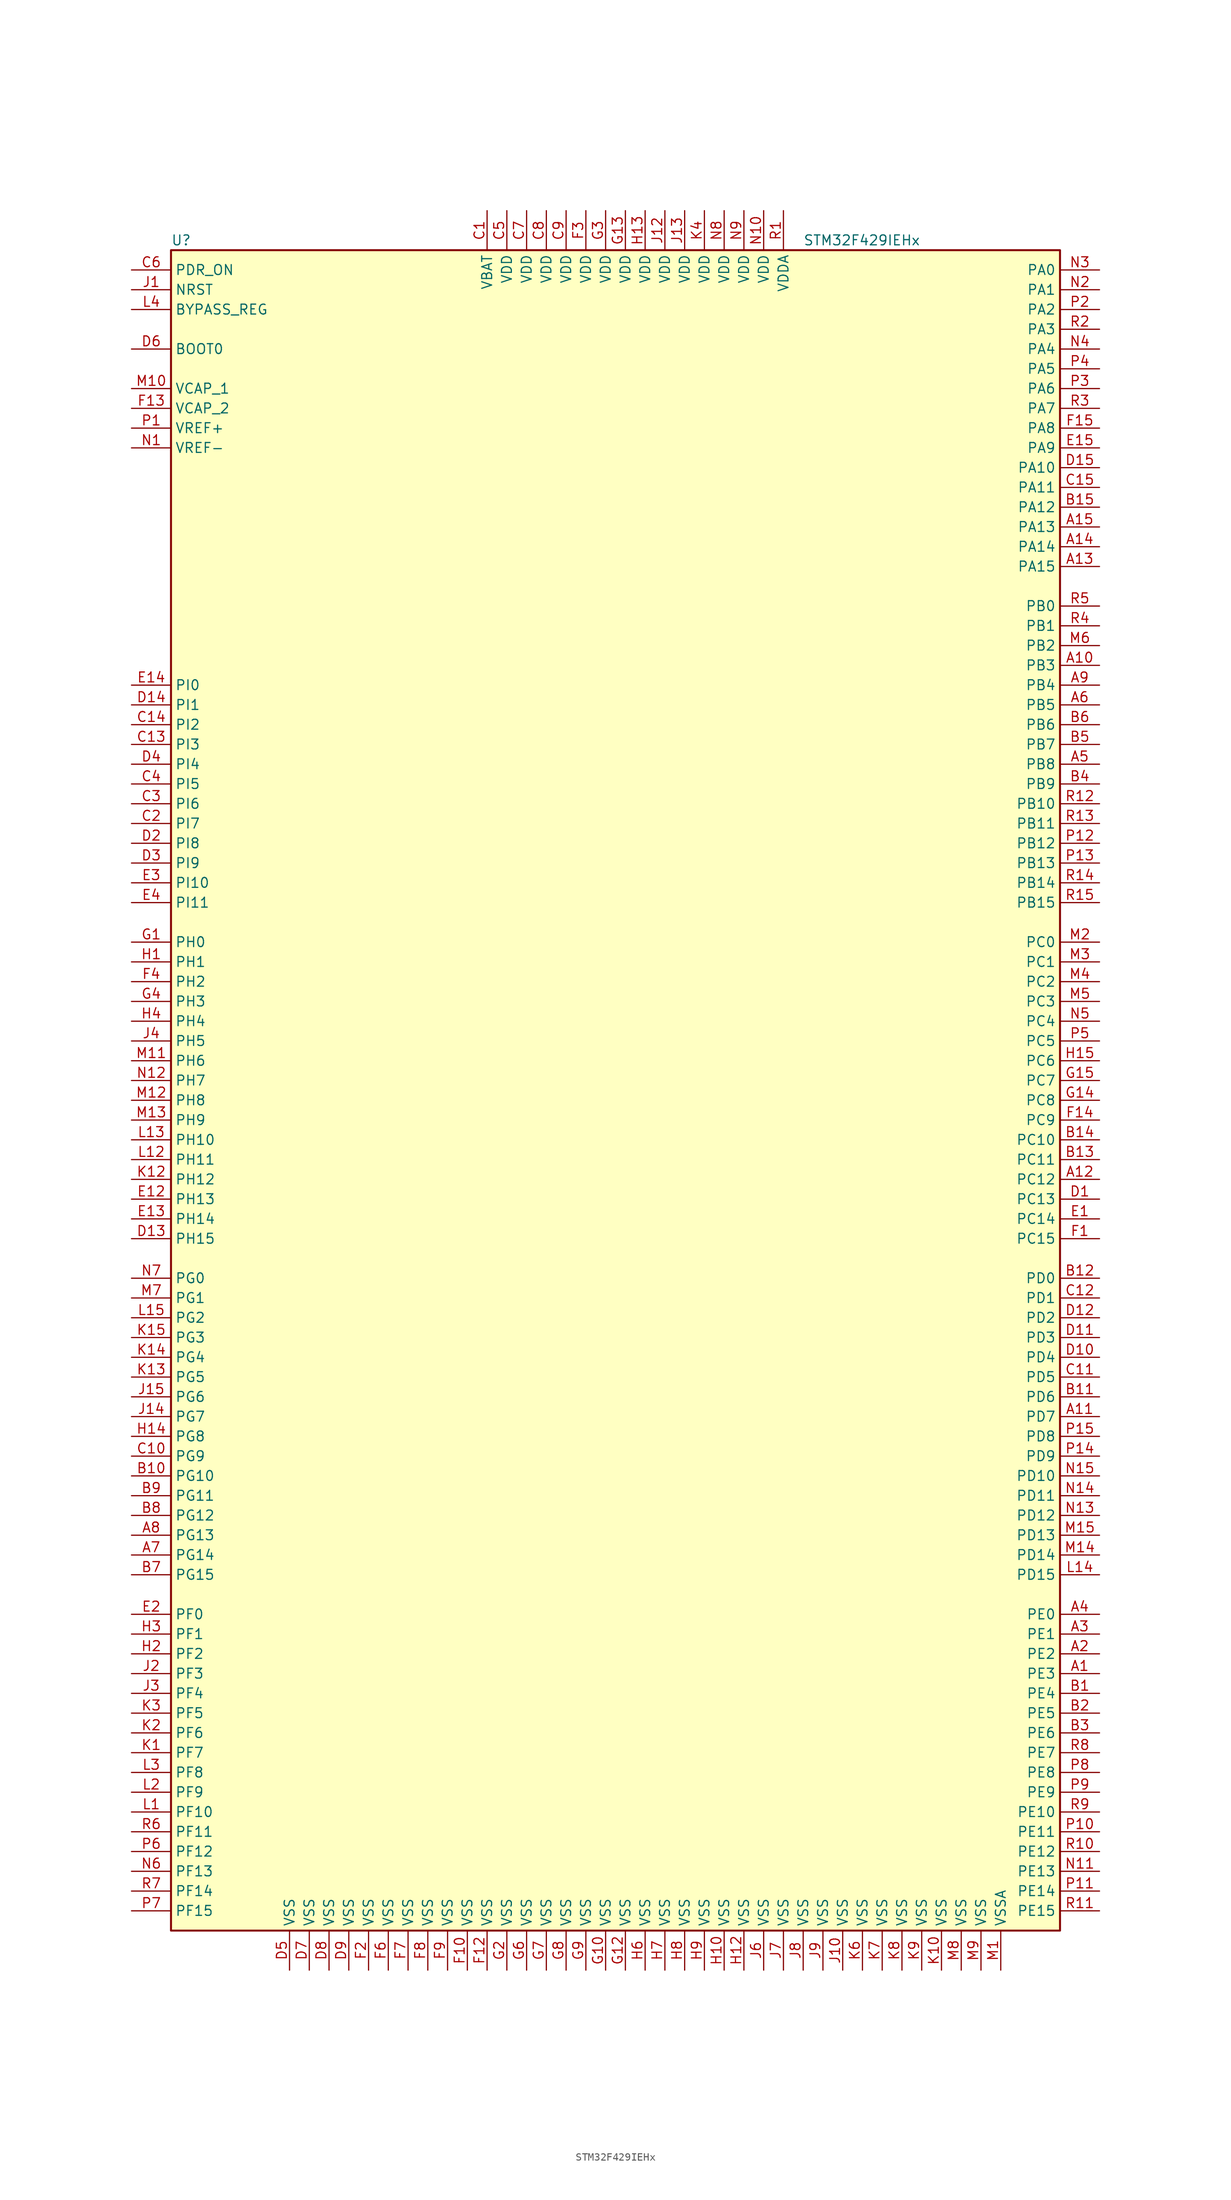
<source format=kicad_sym>
(kicad_symbol_lib
  (version 20201005)
  (generator kicad_symbol_editor)
  (symbol "STM32F429IEHx"
    (property "Reference" "U"
      (at -58.42 107.95 0)
      (effects (font (size 1.27 1.27)) (justify left)))
    (property "Value" "STM32F429IEHx"
      (at 22.86 107.95 0)
      (effects (font (size 1.27 1.27)) (justify left)))
    (symbol "STM32F429IEHx_0_1"
      (rectangle (start -58.42 -109.22) (end 55.88 106.68) (stroke (width 0.254)) (fill (type background))))
    (symbol "STM32F429IEHx_1_1"
      (pin input line (at -63.5 93.98 0) (length 5.08) (name "BOOT0" (effects (font (size 1.27 1.27)))) (number "D6" (effects (font (size 1.27 1.27)))))
      (pin input line (at -63.5 99.06 0) (length 5.08) (name "BYPASS_REG" (effects (font (size 1.27 1.27)))) (number "L4" (effects (font (size 1.27 1.27)))))
      (pin input line (at -63.5 101.6 0) (length 5.08) (name "NRST" (effects (font (size 1.27 1.27)))) (number "J1" (effects (font (size 1.27 1.27)))))
      (pin bidirectional line (at 60.96 104.14 180) (length 5.08) (name "PA0" (effects (font (size 1.27 1.27)))) (number "N3" (effects (font (size 1.27 1.27)))))
      (pin bidirectional line (at 60.96 101.6 180) (length 5.08) (name "PA1" (effects (font (size 1.27 1.27)))) (number "N2" (effects (font (size 1.27 1.27)))))
      (pin bidirectional line (at 60.96 78.74 180) (length 5.08) (name "PA10" (effects (font (size 1.27 1.27)))) (number "D15" (effects (font (size 1.27 1.27)))))
      (pin bidirectional line (at 60.96 76.2 180) (length 5.08) (name "PA11" (effects (font (size 1.27 1.27)))) (number "C15" (effects (font (size 1.27 1.27)))))
      (pin bidirectional line (at 60.96 73.66 180) (length 5.08) (name "PA12" (effects (font (size 1.27 1.27)))) (number "B15" (effects (font (size 1.27 1.27)))))
      (pin bidirectional line (at 60.96 71.12 180) (length 5.08) (name "PA13" (effects (font (size 1.27 1.27)))) (number "A15" (effects (font (size 1.27 1.27)))))
      (pin bidirectional line (at 60.96 68.58 180) (length 5.08) (name "PA14" (effects (font (size 1.27 1.27)))) (number "A14" (effects (font (size 1.27 1.27)))))
      (pin bidirectional line (at 60.96 66.04 180) (length 5.08) (name "PA15" (effects (font (size 1.27 1.27)))) (number "A13" (effects (font (size 1.27 1.27)))))
      (pin bidirectional line (at 60.96 99.06 180) (length 5.08) (name "PA2" (effects (font (size 1.27 1.27)))) (number "P2" (effects (font (size 1.27 1.27)))))
      (pin bidirectional line (at 60.96 96.52 180) (length 5.08) (name "PA3" (effects (font (size 1.27 1.27)))) (number "R2" (effects (font (size 1.27 1.27)))))
      (pin bidirectional line (at 60.96 93.98 180) (length 5.08) (name "PA4" (effects (font (size 1.27 1.27)))) (number "N4" (effects (font (size 1.27 1.27)))))
      (pin bidirectional line (at 60.96 91.44 180) (length 5.08) (name "PA5" (effects (font (size 1.27 1.27)))) (number "P4" (effects (font (size 1.27 1.27)))))
      (pin bidirectional line (at 60.96 88.9 180) (length 5.08) (name "PA6" (effects (font (size 1.27 1.27)))) (number "P3" (effects (font (size 1.27 1.27)))))
      (pin bidirectional line (at 60.96 86.36 180) (length 5.08) (name "PA7" (effects (font (size 1.27 1.27)))) (number "R3" (effects (font (size 1.27 1.27)))))
      (pin bidirectional line (at 60.96 83.82 180) (length 5.08) (name "PA8" (effects (font (size 1.27 1.27)))) (number "F15" (effects (font (size 1.27 1.27)))))
      (pin bidirectional line (at 60.96 81.28 180) (length 5.08) (name "PA9" (effects (font (size 1.27 1.27)))) (number "E15" (effects (font (size 1.27 1.27)))))
      (pin bidirectional line (at 60.96 60.96 180) (length 5.08) (name "PB0" (effects (font (size 1.27 1.27)))) (number "R5" (effects (font (size 1.27 1.27)))))
      (pin bidirectional line (at 60.96 58.42 180) (length 5.08) (name "PB1" (effects (font (size 1.27 1.27)))) (number "R4" (effects (font (size 1.27 1.27)))))
      (pin bidirectional line (at 60.96 35.56 180) (length 5.08) (name "PB10" (effects (font (size 1.27 1.27)))) (number "R12" (effects (font (size 1.27 1.27)))))
      (pin bidirectional line (at 60.96 33.02 180) (length 5.08) (name "PB11" (effects (font (size 1.27 1.27)))) (number "R13" (effects (font (size 1.27 1.27)))))
      (pin bidirectional line (at 60.96 30.48 180) (length 5.08) (name "PB12" (effects (font (size 1.27 1.27)))) (number "P12" (effects (font (size 1.27 1.27)))))
      (pin bidirectional line (at 60.96 27.94 180) (length 5.08) (name "PB13" (effects (font (size 1.27 1.27)))) (number "P13" (effects (font (size 1.27 1.27)))))
      (pin bidirectional line (at 60.96 25.4 180) (length 5.08) (name "PB14" (effects (font (size 1.27 1.27)))) (number "R14" (effects (font (size 1.27 1.27)))))
      (pin bidirectional line (at 60.96 22.86 180) (length 5.08) (name "PB15" (effects (font (size 1.27 1.27)))) (number "R15" (effects (font (size 1.27 1.27)))))
      (pin bidirectional line (at 60.96 55.88 180) (length 5.08) (name "PB2" (effects (font (size 1.27 1.27)))) (number "M6" (effects (font (size 1.27 1.27)))))
      (pin bidirectional line (at 60.96 53.34 180) (length 5.08) (name "PB3" (effects (font (size 1.27 1.27)))) (number "A10" (effects (font (size 1.27 1.27)))))
      (pin bidirectional line (at 60.96 50.8 180) (length 5.08) (name "PB4" (effects (font (size 1.27 1.27)))) (number "A9" (effects (font (size 1.27 1.27)))))
      (pin bidirectional line (at 60.96 48.26 180) (length 5.08) (name "PB5" (effects (font (size 1.27 1.27)))) (number "A6" (effects (font (size 1.27 1.27)))))
      (pin bidirectional line (at 60.96 45.72 180) (length 5.08) (name "PB6" (effects (font (size 1.27 1.27)))) (number "B6" (effects (font (size 1.27 1.27)))))
      (pin bidirectional line (at 60.96 43.18 180) (length 5.08) (name "PB7" (effects (font (size 1.27 1.27)))) (number "B5" (effects (font (size 1.27 1.27)))))
      (pin bidirectional line (at 60.96 40.64 180) (length 5.08) (name "PB8" (effects (font (size 1.27 1.27)))) (number "A5" (effects (font (size 1.27 1.27)))))
      (pin bidirectional line (at 60.96 38.1 180) (length 5.08) (name "PB9" (effects (font (size 1.27 1.27)))) (number "B4" (effects (font (size 1.27 1.27)))))
      (pin bidirectional line (at 60.96 17.78 180) (length 5.08) (name "PC0" (effects (font (size 1.27 1.27)))) (number "M2" (effects (font (size 1.27 1.27)))))
      (pin bidirectional line (at 60.96 15.24 180) (length 5.08) (name "PC1" (effects (font (size 1.27 1.27)))) (number "M3" (effects (font (size 1.27 1.27)))))
      (pin bidirectional line (at 60.96 -7.62 180) (length 5.08) (name "PC10" (effects (font (size 1.27 1.27)))) (number "B14" (effects (font (size 1.27 1.27)))))
      (pin bidirectional line (at 60.96 -10.16 180) (length 5.08) (name "PC11" (effects (font (size 1.27 1.27)))) (number "B13" (effects (font (size 1.27 1.27)))))
      (pin bidirectional line (at 60.96 -12.7 180) (length 5.08) (name "PC12" (effects (font (size 1.27 1.27)))) (number "A12" (effects (font (size 1.27 1.27)))))
      (pin bidirectional line (at 60.96 -15.24 180) (length 5.08) (name "PC13" (effects (font (size 1.27 1.27)))) (number "D1" (effects (font (size 1.27 1.27)))))
      (pin bidirectional line (at 60.96 -17.78 180) (length 5.08) (name "PC14" (effects (font (size 1.27 1.27)))) (number "E1" (effects (font (size 1.27 1.27)))))
      (pin bidirectional line (at 60.96 -20.32 180) (length 5.08) (name "PC15" (effects (font (size 1.27 1.27)))) (number "F1" (effects (font (size 1.27 1.27)))))
      (pin bidirectional line (at 60.96 12.7 180) (length 5.08) (name "PC2" (effects (font (size 1.27 1.27)))) (number "M4" (effects (font (size 1.27 1.27)))))
      (pin bidirectional line (at 60.96 10.16 180) (length 5.08) (name "PC3" (effects (font (size 1.27 1.27)))) (number "M5" (effects (font (size 1.27 1.27)))))
      (pin bidirectional line (at 60.96 7.62 180) (length 5.08) (name "PC4" (effects (font (size 1.27 1.27)))) (number "N5" (effects (font (size 1.27 1.27)))))
      (pin bidirectional line (at 60.96 5.08 180) (length 5.08) (name "PC5" (effects (font (size 1.27 1.27)))) (number "P5" (effects (font (size 1.27 1.27)))))
      (pin bidirectional line (at 60.96 2.54 180) (length 5.08) (name "PC6" (effects (font (size 1.27 1.27)))) (number "H15" (effects (font (size 1.27 1.27)))))
      (pin bidirectional line (at 60.96 0 180) (length 5.08) (name "PC7" (effects (font (size 1.27 1.27)))) (number "G15" (effects (font (size 1.27 1.27)))))
      (pin bidirectional line (at 60.96 -2.54 180) (length 5.08) (name "PC8" (effects (font (size 1.27 1.27)))) (number "G14" (effects (font (size 1.27 1.27)))))
      (pin bidirectional line (at 60.96 -5.08 180) (length 5.08) (name "PC9" (effects (font (size 1.27 1.27)))) (number "F14" (effects (font (size 1.27 1.27)))))
      (pin bidirectional line (at 60.96 -25.4 180) (length 5.08) (name "PD0" (effects (font (size 1.27 1.27)))) (number "B12" (effects (font (size 1.27 1.27)))))
      (pin bidirectional line (at 60.96 -27.94 180) (length 5.08) (name "PD1" (effects (font (size 1.27 1.27)))) (number "C12" (effects (font (size 1.27 1.27)))))
      (pin bidirectional line (at 60.96 -50.8 180) (length 5.08) (name "PD10" (effects (font (size 1.27 1.27)))) (number "N15" (effects (font (size 1.27 1.27)))))
      (pin bidirectional line (at 60.96 -53.34 180) (length 5.08) (name "PD11" (effects (font (size 1.27 1.27)))) (number "N14" (effects (font (size 1.27 1.27)))))
      (pin bidirectional line (at 60.96 -55.88 180) (length 5.08) (name "PD12" (effects (font (size 1.27 1.27)))) (number "N13" (effects (font (size 1.27 1.27)))))
      (pin bidirectional line (at 60.96 -58.42 180) (length 5.08) (name "PD13" (effects (font (size 1.27 1.27)))) (number "M15" (effects (font (size 1.27 1.27)))))
      (pin bidirectional line (at 60.96 -60.96 180) (length 5.08) (name "PD14" (effects (font (size 1.27 1.27)))) (number "M14" (effects (font (size 1.27 1.27)))))
      (pin bidirectional line (at 60.96 -63.5 180) (length 5.08) (name "PD15" (effects (font (size 1.27 1.27)))) (number "L14" (effects (font (size 1.27 1.27)))))
      (pin bidirectional line (at 60.96 -30.48 180) (length 5.08) (name "PD2" (effects (font (size 1.27 1.27)))) (number "D12" (effects (font (size 1.27 1.27)))))
      (pin bidirectional line (at 60.96 -33.02 180) (length 5.08) (name "PD3" (effects (font (size 1.27 1.27)))) (number "D11" (effects (font (size 1.27 1.27)))))
      (pin bidirectional line (at 60.96 -35.56 180) (length 5.08) (name "PD4" (effects (font (size 1.27 1.27)))) (number "D10" (effects (font (size 1.27 1.27)))))
      (pin bidirectional line (at 60.96 -38.1 180) (length 5.08) (name "PD5" (effects (font (size 1.27 1.27)))) (number "C11" (effects (font (size 1.27 1.27)))))
      (pin bidirectional line (at 60.96 -40.64 180) (length 5.08) (name "PD6" (effects (font (size 1.27 1.27)))) (number "B11" (effects (font (size 1.27 1.27)))))
      (pin bidirectional line (at 60.96 -43.18 180) (length 5.08) (name "PD7" (effects (font (size 1.27 1.27)))) (number "A11" (effects (font (size 1.27 1.27)))))
      (pin bidirectional line (at 60.96 -45.72 180) (length 5.08) (name "PD8" (effects (font (size 1.27 1.27)))) (number "P15" (effects (font (size 1.27 1.27)))))
      (pin bidirectional line (at 60.96 -48.26 180) (length 5.08) (name "PD9" (effects (font (size 1.27 1.27)))) (number "P14" (effects (font (size 1.27 1.27)))))
      (pin input line (at -63.5 104.14 0) (length 5.08) (name "PDR_ON" (effects (font (size 1.27 1.27)))) (number "C6" (effects (font (size 1.27 1.27)))))
      (pin bidirectional line (at 60.96 -68.58 180) (length 5.08) (name "PE0" (effects (font (size 1.27 1.27)))) (number "A4" (effects (font (size 1.27 1.27)))))
      (pin bidirectional line (at 60.96 -71.12 180) (length 5.08) (name "PE1" (effects (font (size 1.27 1.27)))) (number "A3" (effects (font (size 1.27 1.27)))))
      (pin bidirectional line (at 60.96 -93.98 180) (length 5.08) (name "PE10" (effects (font (size 1.27 1.27)))) (number "R9" (effects (font (size 1.27 1.27)))))
      (pin bidirectional line (at 60.96 -96.52 180) (length 5.08) (name "PE11" (effects (font (size 1.27 1.27)))) (number "P10" (effects (font (size 1.27 1.27)))))
      (pin bidirectional line (at 60.96 -99.06 180) (length 5.08) (name "PE12" (effects (font (size 1.27 1.27)))) (number "R10" (effects (font (size 1.27 1.27)))))
      (pin bidirectional line (at 60.96 -101.6 180) (length 5.08) (name "PE13" (effects (font (size 1.27 1.27)))) (number "N11" (effects (font (size 1.27 1.27)))))
      (pin bidirectional line (at 60.96 -104.14 180) (length 5.08) (name "PE14" (effects (font (size 1.27 1.27)))) (number "P11" (effects (font (size 1.27 1.27)))))
      (pin bidirectional line (at 60.96 -106.68 180) (length 5.08) (name "PE15" (effects (font (size 1.27 1.27)))) (number "R11" (effects (font (size 1.27 1.27)))))
      (pin bidirectional line (at 60.96 -73.66 180) (length 5.08) (name "PE2" (effects (font (size 1.27 1.27)))) (number "A2" (effects (font (size 1.27 1.27)))))
      (pin bidirectional line (at 60.96 -76.2 180) (length 5.08) (name "PE3" (effects (font (size 1.27 1.27)))) (number "A1" (effects (font (size 1.27 1.27)))))
      (pin bidirectional line (at 60.96 -78.74 180) (length 5.08) (name "PE4" (effects (font (size 1.27 1.27)))) (number "B1" (effects (font (size 1.27 1.27)))))
      (pin bidirectional line (at 60.96 -81.28 180) (length 5.08) (name "PE5" (effects (font (size 1.27 1.27)))) (number "B2" (effects (font (size 1.27 1.27)))))
      (pin bidirectional line (at 60.96 -83.82 180) (length 5.08) (name "PE6" (effects (font (size 1.27 1.27)))) (number "B3" (effects (font (size 1.27 1.27)))))
      (pin bidirectional line (at 60.96 -86.36 180) (length 5.08) (name "PE7" (effects (font (size 1.27 1.27)))) (number "R8" (effects (font (size 1.27 1.27)))))
      (pin bidirectional line (at 60.96 -88.9 180) (length 5.08) (name "PE8" (effects (font (size 1.27 1.27)))) (number "P8" (effects (font (size 1.27 1.27)))))
      (pin bidirectional line (at 60.96 -91.44 180) (length 5.08) (name "PE9" (effects (font (size 1.27 1.27)))) (number "P9" (effects (font (size 1.27 1.27)))))
      (pin bidirectional line (at -63.5 -68.58 0) (length 5.08) (name "PF0" (effects (font (size 1.27 1.27)))) (number "E2" (effects (font (size 1.27 1.27)))))
      (pin bidirectional line (at -63.5 -71.12 0) (length 5.08) (name "PF1" (effects (font (size 1.27 1.27)))) (number "H3" (effects (font (size 1.27 1.27)))))
      (pin bidirectional line (at -63.5 -93.98 0) (length 5.08) (name "PF10" (effects (font (size 1.27 1.27)))) (number "L1" (effects (font (size 1.27 1.27)))))
      (pin bidirectional line (at -63.5 -96.52 0) (length 5.08) (name "PF11" (effects (font (size 1.27 1.27)))) (number "R6" (effects (font (size 1.27 1.27)))))
      (pin bidirectional line (at -63.5 -99.06 0) (length 5.08) (name "PF12" (effects (font (size 1.27 1.27)))) (number "P6" (effects (font (size 1.27 1.27)))))
      (pin bidirectional line (at -63.5 -101.6 0) (length 5.08) (name "PF13" (effects (font (size 1.27 1.27)))) (number "N6" (effects (font (size 1.27 1.27)))))
      (pin bidirectional line (at -63.5 -104.14 0) (length 5.08) (name "PF14" (effects (font (size 1.27 1.27)))) (number "R7" (effects (font (size 1.27 1.27)))))
      (pin bidirectional line (at -63.5 -106.68 0) (length 5.08) (name "PF15" (effects (font (size 1.27 1.27)))) (number "P7" (effects (font (size 1.27 1.27)))))
      (pin bidirectional line (at -63.5 -73.66 0) (length 5.08) (name "PF2" (effects (font (size 1.27 1.27)))) (number "H2" (effects (font (size 1.27 1.27)))))
      (pin bidirectional line (at -63.5 -76.2 0) (length 5.08) (name "PF3" (effects (font (size 1.27 1.27)))) (number "J2" (effects (font (size 1.27 1.27)))))
      (pin bidirectional line (at -63.5 -78.74 0) (length 5.08) (name "PF4" (effects (font (size 1.27 1.27)))) (number "J3" (effects (font (size 1.27 1.27)))))
      (pin bidirectional line (at -63.5 -81.28 0) (length 5.08) (name "PF5" (effects (font (size 1.27 1.27)))) (number "K3" (effects (font (size 1.27 1.27)))))
      (pin bidirectional line (at -63.5 -83.82 0) (length 5.08) (name "PF6" (effects (font (size 1.27 1.27)))) (number "K2" (effects (font (size 1.27 1.27)))))
      (pin bidirectional line (at -63.5 -86.36 0) (length 5.08) (name "PF7" (effects (font (size 1.27 1.27)))) (number "K1" (effects (font (size 1.27 1.27)))))
      (pin bidirectional line (at -63.5 -88.9 0) (length 5.08) (name "PF8" (effects (font (size 1.27 1.27)))) (number "L3" (effects (font (size 1.27 1.27)))))
      (pin bidirectional line (at -63.5 -91.44 0) (length 5.08) (name "PF9" (effects (font (size 1.27 1.27)))) (number "L2" (effects (font (size 1.27 1.27)))))
      (pin bidirectional line (at -63.5 -25.4 0) (length 5.08) (name "PG0" (effects (font (size 1.27 1.27)))) (number "N7" (effects (font (size 1.27 1.27)))))
      (pin bidirectional line (at -63.5 -27.94 0) (length 5.08) (name "PG1" (effects (font (size 1.27 1.27)))) (number "M7" (effects (font (size 1.27 1.27)))))
      (pin bidirectional line (at -63.5 -50.8 0) (length 5.08) (name "PG10" (effects (font (size 1.27 1.27)))) (number "B10" (effects (font (size 1.27 1.27)))))
      (pin bidirectional line (at -63.5 -53.34 0) (length 5.08) (name "PG11" (effects (font (size 1.27 1.27)))) (number "B9" (effects (font (size 1.27 1.27)))))
      (pin bidirectional line (at -63.5 -55.88 0) (length 5.08) (name "PG12" (effects (font (size 1.27 1.27)))) (number "B8" (effects (font (size 1.27 1.27)))))
      (pin bidirectional line (at -63.5 -58.42 0) (length 5.08) (name "PG13" (effects (font (size 1.27 1.27)))) (number "A8" (effects (font (size 1.27 1.27)))))
      (pin bidirectional line (at -63.5 -60.96 0) (length 5.08) (name "PG14" (effects (font (size 1.27 1.27)))) (number "A7" (effects (font (size 1.27 1.27)))))
      (pin bidirectional line (at -63.5 -63.5 0) (length 5.08) (name "PG15" (effects (font (size 1.27 1.27)))) (number "B7" (effects (font (size 1.27 1.27)))))
      (pin bidirectional line (at -63.5 -30.48 0) (length 5.08) (name "PG2" (effects (font (size 1.27 1.27)))) (number "L15" (effects (font (size 1.27 1.27)))))
      (pin bidirectional line (at -63.5 -33.02 0) (length 5.08) (name "PG3" (effects (font (size 1.27 1.27)))) (number "K15" (effects (font (size 1.27 1.27)))))
      (pin bidirectional line (at -63.5 -35.56 0) (length 5.08) (name "PG4" (effects (font (size 1.27 1.27)))) (number "K14" (effects (font (size 1.27 1.27)))))
      (pin bidirectional line (at -63.5 -38.1 0) (length 5.08) (name "PG5" (effects (font (size 1.27 1.27)))) (number "K13" (effects (font (size 1.27 1.27)))))
      (pin bidirectional line (at -63.5 -40.64 0) (length 5.08) (name "PG6" (effects (font (size 1.27 1.27)))) (number "J15" (effects (font (size 1.27 1.27)))))
      (pin bidirectional line (at -63.5 -43.18 0) (length 5.08) (name "PG7" (effects (font (size 1.27 1.27)))) (number "J14" (effects (font (size 1.27 1.27)))))
      (pin bidirectional line (at -63.5 -45.72 0) (length 5.08) (name "PG8" (effects (font (size 1.27 1.27)))) (number "H14" (effects (font (size 1.27 1.27)))))
      (pin bidirectional line (at -63.5 -48.26 0) (length 5.08) (name "PG9" (effects (font (size 1.27 1.27)))) (number "C10" (effects (font (size 1.27 1.27)))))
      (pin input line (at -63.5 17.78 0) (length 5.08) (name "PH0" (effects (font (size 1.27 1.27)))) (number "G1" (effects (font (size 1.27 1.27)))))
      (pin input line (at -63.5 15.24 0) (length 5.08) (name "PH1" (effects (font (size 1.27 1.27)))) (number "H1" (effects (font (size 1.27 1.27)))))
      (pin bidirectional line (at -63.5 -7.62 0) (length 5.08) (name "PH10" (effects (font (size 1.27 1.27)))) (number "L13" (effects (font (size 1.27 1.27)))))
      (pin bidirectional line (at -63.5 -10.16 0) (length 5.08) (name "PH11" (effects (font (size 1.27 1.27)))) (number "L12" (effects (font (size 1.27 1.27)))))
      (pin bidirectional line (at -63.5 -12.7 0) (length 5.08) (name "PH12" (effects (font (size 1.27 1.27)))) (number "K12" (effects (font (size 1.27 1.27)))))
      (pin bidirectional line (at -63.5 -15.24 0) (length 5.08) (name "PH13" (effects (font (size 1.27 1.27)))) (number "E12" (effects (font (size 1.27 1.27)))))
      (pin bidirectional line (at -63.5 -17.78 0) (length 5.08) (name "PH14" (effects (font (size 1.27 1.27)))) (number "E13" (effects (font (size 1.27 1.27)))))
      (pin bidirectional line (at -63.5 -20.32 0) (length 5.08) (name "PH15" (effects (font (size 1.27 1.27)))) (number "D13" (effects (font (size 1.27 1.27)))))
      (pin bidirectional line (at -63.5 12.7 0) (length 5.08) (name "PH2" (effects (font (size 1.27 1.27)))) (number "F4" (effects (font (size 1.27 1.27)))))
      (pin bidirectional line (at -63.5 10.16 0) (length 5.08) (name "PH3" (effects (font (size 1.27 1.27)))) (number "G4" (effects (font (size 1.27 1.27)))))
      (pin bidirectional line (at -63.5 7.62 0) (length 5.08) (name "PH4" (effects (font (size 1.27 1.27)))) (number "H4" (effects (font (size 1.27 1.27)))))
      (pin bidirectional line (at -63.5 5.08 0) (length 5.08) (name "PH5" (effects (font (size 1.27 1.27)))) (number "J4" (effects (font (size 1.27 1.27)))))
      (pin bidirectional line (at -63.5 2.54 0) (length 5.08) (name "PH6" (effects (font (size 1.27 1.27)))) (number "M11" (effects (font (size 1.27 1.27)))))
      (pin bidirectional line (at -63.5 0 0) (length 5.08) (name "PH7" (effects (font (size 1.27 1.27)))) (number "N12" (effects (font (size 1.27 1.27)))))
      (pin bidirectional line (at -63.5 -2.54 0) (length 5.08) (name "PH8" (effects (font (size 1.27 1.27)))) (number "M12" (effects (font (size 1.27 1.27)))))
      (pin bidirectional line (at -63.5 -5.08 0) (length 5.08) (name "PH9" (effects (font (size 1.27 1.27)))) (number "M13" (effects (font (size 1.27 1.27)))))
      (pin bidirectional line (at -63.5 50.8 0) (length 5.08) (name "PI0" (effects (font (size 1.27 1.27)))) (number "E14" (effects (font (size 1.27 1.27)))))
      (pin bidirectional line (at -63.5 48.26 0) (length 5.08) (name "PI1" (effects (font (size 1.27 1.27)))) (number "D14" (effects (font (size 1.27 1.27)))))
      (pin bidirectional line (at -63.5 25.4 0) (length 5.08) (name "PI10" (effects (font (size 1.27 1.27)))) (number "E3" (effects (font (size 1.27 1.27)))))
      (pin bidirectional line (at -63.5 22.86 0) (length 5.08) (name "PI11" (effects (font (size 1.27 1.27)))) (number "E4" (effects (font (size 1.27 1.27)))))
      (pin bidirectional line (at -63.5 45.72 0) (length 5.08) (name "PI2" (effects (font (size 1.27 1.27)))) (number "C14" (effects (font (size 1.27 1.27)))))
      (pin bidirectional line (at -63.5 43.18 0) (length 5.08) (name "PI3" (effects (font (size 1.27 1.27)))) (number "C13" (effects (font (size 1.27 1.27)))))
      (pin bidirectional line (at -63.5 40.64 0) (length 5.08) (name "PI4" (effects (font (size 1.27 1.27)))) (number "D4" (effects (font (size 1.27 1.27)))))
      (pin bidirectional line (at -63.5 38.1 0) (length 5.08) (name "PI5" (effects (font (size 1.27 1.27)))) (number "C4" (effects (font (size 1.27 1.27)))))
      (pin bidirectional line (at -63.5 35.56 0) (length 5.08) (name "PI6" (effects (font (size 1.27 1.27)))) (number "C3" (effects (font (size 1.27 1.27)))))
      (pin bidirectional line (at -63.5 33.02 0) (length 5.08) (name "PI7" (effects (font (size 1.27 1.27)))) (number "C2" (effects (font (size 1.27 1.27)))))
      (pin bidirectional line (at -63.5 30.48 0) (length 5.08) (name "PI8" (effects (font (size 1.27 1.27)))) (number "D2" (effects (font (size 1.27 1.27)))))
      (pin bidirectional line (at -63.5 27.94 0) (length 5.08) (name "PI9" (effects (font (size 1.27 1.27)))) (number "D3" (effects (font (size 1.27 1.27)))))
      (pin power_in line (at -17.78 111.76 270) (length 5.08) (name "VBAT" (effects (font (size 1.27 1.27)))) (number "C1" (effects (font (size 1.27 1.27)))))
      (pin power_in line (at -63.5 88.9 0) (length 5.08) (name "VCAP_1" (effects (font (size 1.27 1.27)))) (number "M10" (effects (font (size 1.27 1.27)))))
      (pin power_in line (at -63.5 86.36 0) (length 5.08) (name "VCAP_2" (effects (font (size 1.27 1.27)))) (number "F13" (effects (font (size 1.27 1.27)))))
      (pin power_in line (at -15.24 111.76 270) (length 5.08) (name "VDD" (effects (font (size 1.27 1.27)))) (number "C5" (effects (font (size 1.27 1.27)))))
      (pin power_in line (at -12.7 111.76 270) (length 5.08) (name "VDD" (effects (font (size 1.27 1.27)))) (number "C7" (effects (font (size 1.27 1.27)))))
      (pin power_in line (at -10.16 111.76 270) (length 5.08) (name "VDD" (effects (font (size 1.27 1.27)))) (number "C8" (effects (font (size 1.27 1.27)))))
      (pin power_in line (at -7.62 111.76 270) (length 5.08) (name "VDD" (effects (font (size 1.27 1.27)))) (number "C9" (effects (font (size 1.27 1.27)))))
      (pin power_in line (at -5.08 111.76 270) (length 5.08) (name "VDD" (effects (font (size 1.27 1.27)))) (number "F3" (effects (font (size 1.27 1.27)))))
      (pin power_in line (at 0 111.76 270) (length 5.08) (name "VDD" (effects (font (size 1.27 1.27)))) (number "G13" (effects (font (size 1.27 1.27)))))
      (pin power_in line (at -2.54 111.76 270) (length 5.08) (name "VDD" (effects (font (size 1.27 1.27)))) (number "G3" (effects (font (size 1.27 1.27)))))
      (pin power_in line (at 2.54 111.76 270) (length 5.08) (name "VDD" (effects (font (size 1.27 1.27)))) (number "H13" (effects (font (size 1.27 1.27)))))
      (pin power_in line (at 5.08 111.76 270) (length 5.08) (name "VDD" (effects (font (size 1.27 1.27)))) (number "J12" (effects (font (size 1.27 1.27)))))
      (pin power_in line (at 7.62 111.76 270) (length 5.08) (name "VDD" (effects (font (size 1.27 1.27)))) (number "J13" (effects (font (size 1.27 1.27)))))
      (pin power_in line (at 10.16 111.76 270) (length 5.08) (name "VDD" (effects (font (size 1.27 1.27)))) (number "K4" (effects (font (size 1.27 1.27)))))
      (pin power_in line (at 17.78 111.76 270) (length 5.08) (name "VDD" (effects (font (size 1.27 1.27)))) (number "N10" (effects (font (size 1.27 1.27)))))
      (pin power_in line (at 12.7 111.76 270) (length 5.08) (name "VDD" (effects (font (size 1.27 1.27)))) (number "N8" (effects (font (size 1.27 1.27)))))
      (pin power_in line (at 15.24 111.76 270) (length 5.08) (name "VDD" (effects (font (size 1.27 1.27)))) (number "N9" (effects (font (size 1.27 1.27)))))
      (pin power_in line (at 20.32 111.76 270) (length 5.08) (name "VDDA" (effects (font (size 1.27 1.27)))) (number "R1" (effects (font (size 1.27 1.27)))))
      (pin power_in line (at -63.5 83.82 0) (length 5.08) (name "VREF+" (effects (font (size 1.27 1.27)))) (number "P1" (effects (font (size 1.27 1.27)))))
      (pin power_in line (at -63.5 81.28 0) (length 5.08) (name "VREF-" (effects (font (size 1.27 1.27)))) (number "N1" (effects (font (size 1.27 1.27)))))
      (pin power_in line (at -43.18 -114.3 90) (length 5.08) (name "VSS" (effects (font (size 1.27 1.27)))) (number "D5" (effects (font (size 1.27 1.27)))))
      (pin power_in line (at -40.64 -114.3 90) (length 5.08) (name "VSS" (effects (font (size 1.27 1.27)))) (number "D7" (effects (font (size 1.27 1.27)))))
      (pin power_in line (at -38.1 -114.3 90) (length 5.08) (name "VSS" (effects (font (size 1.27 1.27)))) (number "D8" (effects (font (size 1.27 1.27)))))
      (pin power_in line (at -35.56 -114.3 90) (length 5.08) (name "VSS" (effects (font (size 1.27 1.27)))) (number "D9" (effects (font (size 1.27 1.27)))))
      (pin power_in line (at -20.32 -114.3 90) (length 5.08) (name "VSS" (effects (font (size 1.27 1.27)))) (number "F10" (effects (font (size 1.27 1.27)))))
      (pin power_in line (at -17.78 -114.3 90) (length 5.08) (name "VSS" (effects (font (size 1.27 1.27)))) (number "F12" (effects (font (size 1.27 1.27)))))
      (pin power_in line (at -33.02 -114.3 90) (length 5.08) (name "VSS" (effects (font (size 1.27 1.27)))) (number "F2" (effects (font (size 1.27 1.27)))))
      (pin power_in line (at -30.48 -114.3 90) (length 5.08) (name "VSS" (effects (font (size 1.27 1.27)))) (number "F6" (effects (font (size 1.27 1.27)))))
      (pin power_in line (at -27.94 -114.3 90) (length 5.08) (name "VSS" (effects (font (size 1.27 1.27)))) (number "F7" (effects (font (size 1.27 1.27)))))
      (pin power_in line (at -25.4 -114.3 90) (length 5.08) (name "VSS" (effects (font (size 1.27 1.27)))) (number "F8" (effects (font (size 1.27 1.27)))))
      (pin power_in line (at -22.86 -114.3 90) (length 5.08) (name "VSS" (effects (font (size 1.27 1.27)))) (number "F9" (effects (font (size 1.27 1.27)))))
      (pin power_in line (at -2.54 -114.3 90) (length 5.08) (name "VSS" (effects (font (size 1.27 1.27)))) (number "G10" (effects (font (size 1.27 1.27)))))
      (pin power_in line (at 0 -114.3 90) (length 5.08) (name "VSS" (effects (font (size 1.27 1.27)))) (number "G12" (effects (font (size 1.27 1.27)))))
      (pin power_in line (at -15.24 -114.3 90) (length 5.08) (name "VSS" (effects (font (size 1.27 1.27)))) (number "G2" (effects (font (size 1.27 1.27)))))
      (pin power_in line (at -12.7 -114.3 90) (length 5.08) (name "VSS" (effects (font (size 1.27 1.27)))) (number "G6" (effects (font (size 1.27 1.27)))))
      (pin power_in line (at -10.16 -114.3 90) (length 5.08) (name "VSS" (effects (font (size 1.27 1.27)))) (number "G7" (effects (font (size 1.27 1.27)))))
      (pin power_in line (at -7.62 -114.3 90) (length 5.08) (name "VSS" (effects (font (size 1.27 1.27)))) (number "G8" (effects (font (size 1.27 1.27)))))
      (pin power_in line (at -5.08 -114.3 90) (length 5.08) (name "VSS" (effects (font (size 1.27 1.27)))) (number "G9" (effects (font (size 1.27 1.27)))))
      (pin power_in line (at 12.7 -114.3 90) (length 5.08) (name "VSS" (effects (font (size 1.27 1.27)))) (number "H10" (effects (font (size 1.27 1.27)))))
      (pin power_in line (at 15.24 -114.3 90) (length 5.08) (name "VSS" (effects (font (size 1.27 1.27)))) (number "H12" (effects (font (size 1.27 1.27)))))
      (pin power_in line (at 2.54 -114.3 90) (length 5.08) (name "VSS" (effects (font (size 1.27 1.27)))) (number "H6" (effects (font (size 1.27 1.27)))))
      (pin power_in line (at 5.08 -114.3 90) (length 5.08) (name "VSS" (effects (font (size 1.27 1.27)))) (number "H7" (effects (font (size 1.27 1.27)))))
      (pin power_in line (at 7.62 -114.3 90) (length 5.08) (name "VSS" (effects (font (size 1.27 1.27)))) (number "H8" (effects (font (size 1.27 1.27)))))
      (pin power_in line (at 10.16 -114.3 90) (length 5.08) (name "VSS" (effects (font (size 1.27 1.27)))) (number "H9" (effects (font (size 1.27 1.27)))))
      (pin power_in line (at 27.94 -114.3 90) (length 5.08) (name "VSS" (effects (font (size 1.27 1.27)))) (number "J10" (effects (font (size 1.27 1.27)))))
      (pin power_in line (at 17.78 -114.3 90) (length 5.08) (name "VSS" (effects (font (size 1.27 1.27)))) (number "J6" (effects (font (size 1.27 1.27)))))
      (pin power_in line (at 20.32 -114.3 90) (length 5.08) (name "VSS" (effects (font (size 1.27 1.27)))) (number "J7" (effects (font (size 1.27 1.27)))))
      (pin power_in line (at 22.86 -114.3 90) (length 5.08) (name "VSS" (effects (font (size 1.27 1.27)))) (number "J8" (effects (font (size 1.27 1.27)))))
      (pin power_in line (at 25.4 -114.3 90) (length 5.08) (name "VSS" (effects (font (size 1.27 1.27)))) (number "J9" (effects (font (size 1.27 1.27)))))
      (pin power_in line (at 40.64 -114.3 90) (length 5.08) (name "VSS" (effects (font (size 1.27 1.27)))) (number "K10" (effects (font (size 1.27 1.27)))))
      (pin power_in line (at 30.48 -114.3 90) (length 5.08) (name "VSS" (effects (font (size 1.27 1.27)))) (number "K6" (effects (font (size 1.27 1.27)))))
      (pin power_in line (at 33.02 -114.3 90) (length 5.08) (name "VSS" (effects (font (size 1.27 1.27)))) (number "K7" (effects (font (size 1.27 1.27)))))
      (pin power_in line (at 35.56 -114.3 90) (length 5.08) (name "VSS" (effects (font (size 1.27 1.27)))) (number "K8" (effects (font (size 1.27 1.27)))))
      (pin power_in line (at 38.1 -114.3 90) (length 5.08) (name "VSS" (effects (font (size 1.27 1.27)))) (number "K9" (effects (font (size 1.27 1.27)))))
      (pin power_in line (at 43.18 -114.3 90) (length 5.08) (name "VSS" (effects (font (size 1.27 1.27)))) (number "M8" (effects (font (size 1.27 1.27)))))
      (pin power_in line (at 45.72 -114.3 90) (length 5.08) (name "VSS" (effects (font (size 1.27 1.27)))) (number "M9" (effects (font (size 1.27 1.27)))))
      (pin power_in line (at 48.26 -114.3 90) (length 5.08) (name "VSSA" (effects (font (size 1.27 1.27)))) (number "M1" (effects (font (size 1.27 1.27))))))))
</source>
